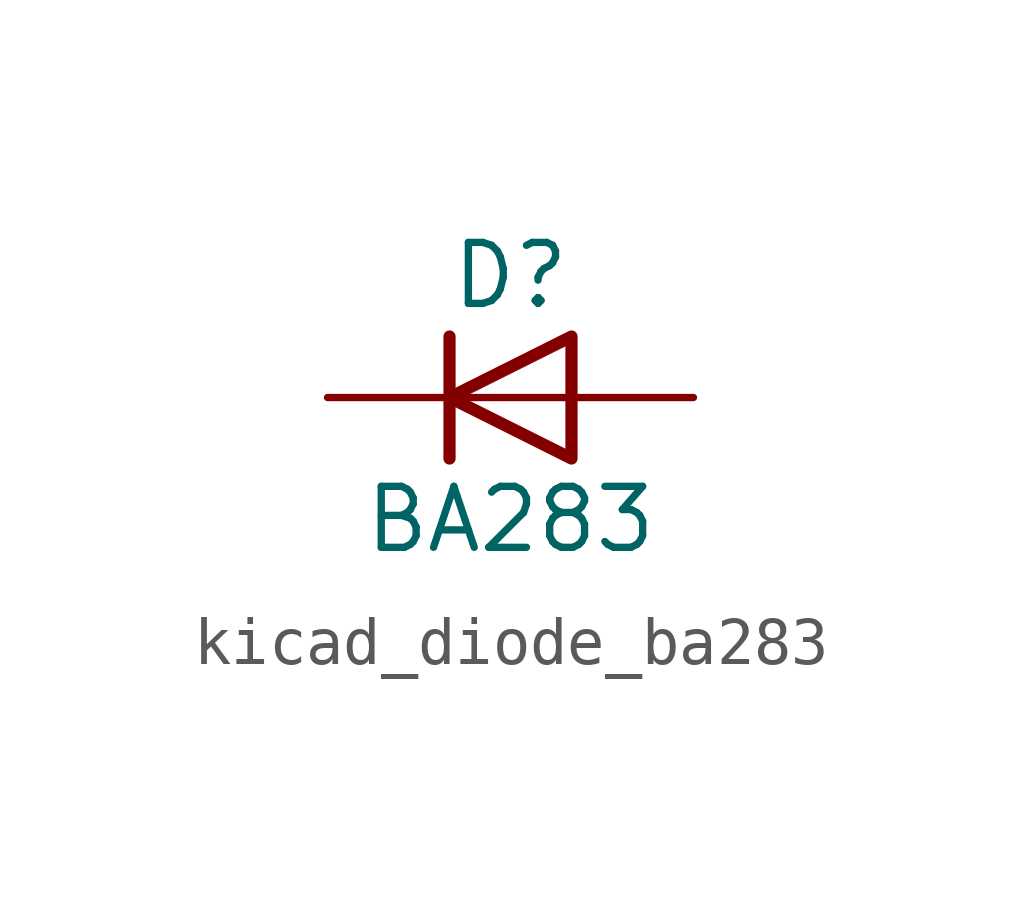
<source format=kicad_sym>
(kicad_symbol_lib
  (version 20220914)
  (generator kicad_symbol_editor)
  (symbol "kicad_diode_ba283"
    (pin_numbers hide)
    (pin_names hide)
    (property "Reference" "D"
      (at 0 2.54 0)
      (effects (font (size 1.27 1.27))))
    (property "Value" "BA283"
      (at 0 -2.54 0)
      (effects (font (size 1.27 1.27))))
    (symbol "kicad_diode_ba283_0_1"
      (polyline (pts (xy -1.27 1.27) (xy -1.27 -1.27)) (stroke (width 0.254) (type default)) (fill (type none)))
      (polyline (pts (xy 1.27 0) (xy -1.27 0)) (stroke (width 0) (type default)) (fill (type none)))
      (polyline (pts (xy 1.27 1.27) (xy 1.27 -1.27) (xy -1.27 0) (xy 1.27 1.27)) (stroke (width 0.254) (type default)) (fill (type none))))
    (symbol "kicad_diode_ba283_1_1"
      (pin passive line (at -3.81 0 0) (length 2.54) (name "K" (effects (font (size 1.27 1.27)))) (number "1" (effects (font (size 1.27 1.27)))))
      (pin passive line (at 3.81 0 180) (length 2.54) (name "A" (effects (font (size 1.27 1.27)))) (number "2" (effects (font (size 1.27 1.27))))))))
</source>
